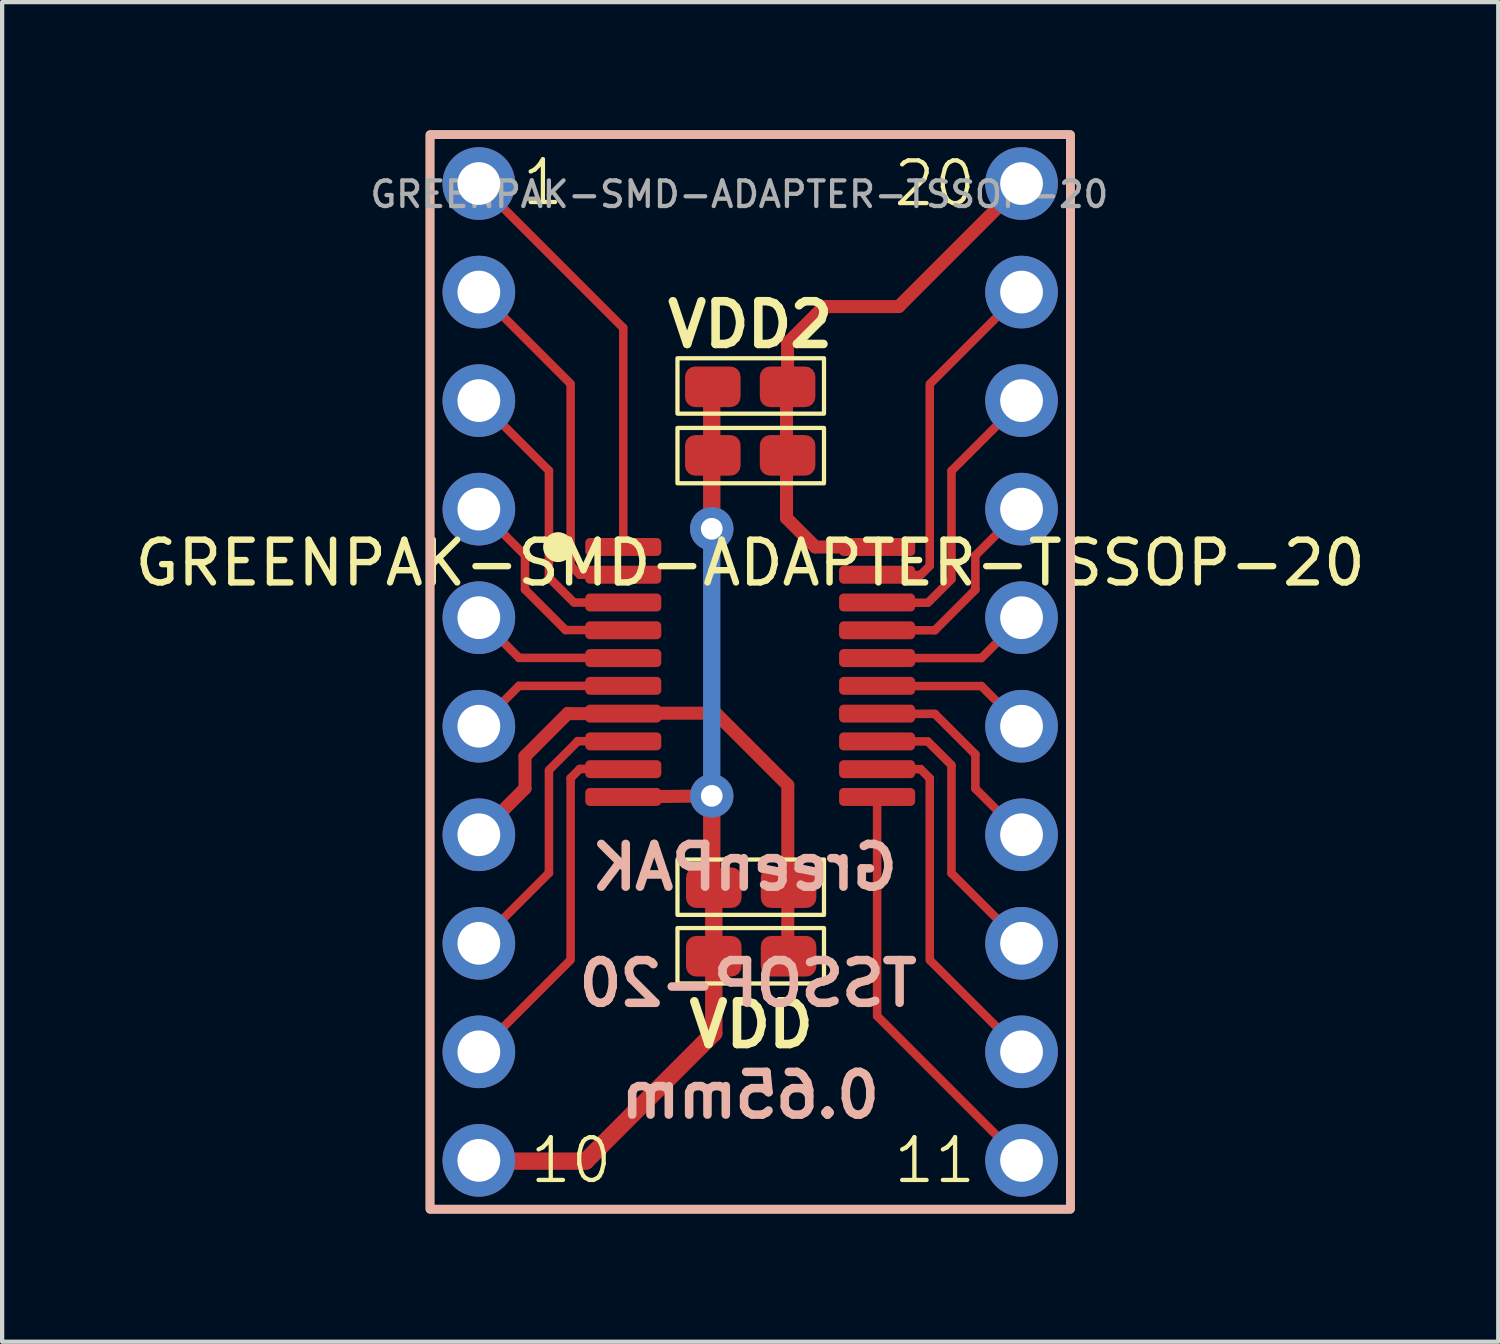
<source format=kicad_pcb>
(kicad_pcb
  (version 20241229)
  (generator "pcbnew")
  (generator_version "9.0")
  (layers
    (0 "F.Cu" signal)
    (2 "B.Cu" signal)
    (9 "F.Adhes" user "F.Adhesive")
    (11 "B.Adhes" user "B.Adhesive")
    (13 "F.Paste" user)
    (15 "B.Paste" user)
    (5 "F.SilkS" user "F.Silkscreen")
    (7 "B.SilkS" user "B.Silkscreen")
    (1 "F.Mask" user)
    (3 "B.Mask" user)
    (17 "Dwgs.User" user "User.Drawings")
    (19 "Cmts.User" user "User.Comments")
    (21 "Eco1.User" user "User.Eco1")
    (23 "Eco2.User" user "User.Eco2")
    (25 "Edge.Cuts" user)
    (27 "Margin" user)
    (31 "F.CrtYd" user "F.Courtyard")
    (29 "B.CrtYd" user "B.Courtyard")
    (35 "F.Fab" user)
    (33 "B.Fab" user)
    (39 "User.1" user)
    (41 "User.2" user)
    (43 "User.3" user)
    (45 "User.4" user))
  (footprint "GREENPAK-SMD-ADAPTER-TSSOP-20"
    (layer "F.Cu")
    (at 14.506 12.675)
    (property "Reference" "GREENPAK-SMD-ADAPTER-TSSOP-20" (at 0 -2.55 0) (layer "F.SilkS") (effects (font (size 1 1) (thickness 0.15))))
    (attr smd)
    (fp_line (start -6.35 -11.43) (end -2.972 -8.052) (stroke (width 0.2) (type default)) (layer "F.Cu"))
    (fp_line (start -6.35 -8.89) (end -4.216 -6.756) (stroke (width 0.2) (type default)) (layer "F.Cu"))
    (fp_line (start -6.35 -6.35) (end -4.71 -4.71) (stroke (width 0.2) (type default)) (layer "F.Cu"))
    (fp_line (start -6.35 -3.81) (end -5.27 -2.73) (stroke (width 0.2) (type default)) (layer "F.Cu"))
    (fp_line (start -6.35 -1.27) (end -5.41 -0.33) (stroke (width 0.2) (type default)) (layer "F.Cu"))
    (fp_line (start -6.35 1.265) (end -5.41 0.325) (stroke (width 0.2) (type default)) (layer "F.Cu"))
    (fp_line (start -6.35 3.805) (end -5.27 2.725) (stroke (width 0.305) (type default)) (layer "F.Cu"))
    (fp_line (start -6.35 6.345) (end -4.71 4.705) (stroke (width 0.2) (type default)) (layer "F.Cu"))
    (fp_line (start -6.35 8.885) (end -4.216 6.751) (stroke (width 0.2) (type default)) (layer "F.Cu"))
    (fp_line (start -5.41 -0.33) (end -2.97 -0.33) (stroke (width 0.2) (type default)) (layer "F.Cu"))
    (fp_line (start -5.41 0.325) (end -2.97 0.325) (stroke (width 0.2) (type default)) (layer "F.Cu"))
    (fp_line (start -5.27 -2.73) (end -5.27 -1.93) (stroke (width 0.2) (type default)) (layer "F.Cu"))
    (fp_line (start -5.27 -1.93) (end -4.322 -0.982) (stroke (width 0.2) (type default)) (layer "F.Cu"))
    (fp_line (start -5.27 1.973) (end -4.267 0.969) (stroke (width 0.305) (type default)) (layer "F.Cu"))
    (fp_line (start -5.27 2.725) (end -5.27 1.973) (stroke (width 0.305) (type default)) (layer "F.Cu"))
    (fp_line (start -4.71 -4.71) (end -4.71 -2.21) (stroke (width 0.2) (type default)) (layer "F.Cu"))
    (fp_line (start -4.71 4.705) (end -4.71 2.311) (stroke (width 0.2) (type default)) (layer "F.Cu"))
    (fp_line (start -4.32 -0.98) (end -2.97 -0.98) (stroke (width 0.2) (type default)) (layer "F.Cu"))
    (fp_line (start -4.267 0.975) (end -2.97 0.975) (stroke (width 0.305) (type default)) (layer "F.Cu"))
    (fp_line (start -4.202 -2.489) (end -4.202 -6.74) (stroke (width 0.2) (type default)) (layer "F.Cu"))
    (fp_line (start -4.202 2.484) (end -4.202 6.735) (stroke (width 0.2) (type default)) (layer "F.Cu"))
    (fp_line (start -4.129 -1.629) (end -4.71 -2.21) (stroke (width 0.2) (type default)) (layer "F.Cu"))
    (fp_line (start -4.032 1.619) (end -4.707 2.294) (stroke (width 0.2) (type default)) (layer "F.Cu"))
    (fp_line (start -3.988 -2.275) (end -4.202 -2.489) (stroke (width 0.2) (type default)) (layer "F.Cu"))
    (fp_line (start -3.988 2.27) (end -4.202 2.484) (stroke (width 0.2) (type default)) (layer "F.Cu"))
    (fp_line (start -3.85 11.448) (end -6.35 11.448) (stroke (width 0.406) (type default)) (layer "F.Cu"))
    (fp_line (start -2.985 0.965) (end -0.813 0.965) (stroke (width 0.305) (type default)) (layer "F.Cu"))
    (fp_line (start -2.97 -2.925) (end -2.97 -8.052) (stroke (width 0.2) (type default)) (layer "F.Cu"))
    (fp_line (start -2.97 -2.275) (end -3.988 -2.275) (stroke (width 0.2) (type default)) (layer "F.Cu"))
    (fp_line (start -2.97 -1.625) (end -4.11 -1.625) (stroke (width 0.2) (type default)) (layer "F.Cu"))
    (fp_line (start -2.97 1.62) (end -4.039 1.62) (stroke (width 0.2) (type default)) (layer "F.Cu"))
    (fp_line (start -2.97 2.27) (end -3.988 2.27) (stroke (width 0.2) (type default)) (layer "F.Cu"))
    (fp_line (start -0.9 -6.8) (end -0.9 -3.35) (stroke (width 0.406) (type default)) (layer "F.Cu"))
    (fp_line (start -0.9 2.9) (end -0.9 4.748) (stroke (width 0.406) (type default)) (layer "F.Cu"))
    (fp_line (start -0.852 6.653) (end -0.852 4.748) (stroke (width 0.406) (type default)) (layer "F.Cu"))
    (fp_line (start -0.852 6.653) (end -0.852 8.45) (stroke (width 0.406) (type default)) (layer "F.Cu"))
    (fp_line (start -0.852 8.45) (end -3.85 11.448) (stroke (width 0.406) (type default)) (layer "F.Cu"))
    (fp_line (start -0.807 0.963) (end 0.88 2.65) (stroke (width 0.305) (type default)) (layer "F.Cu"))
    (fp_line (start -0.8 2.9) (end -2.97 2.925) (stroke (width 0.305) (type default)) (layer "F.Cu"))
    (fp_line (start 0.85 -6.65) (end 0.85 -3.6) (stroke (width 0.305) (type default)) (layer "F.Cu"))
    (fp_line (start 0.85 -3.6) (end 1.525 -2.925) (stroke (width 0.305) (type default)) (layer "F.Cu"))
    (fp_line (start 0.875 -7.7) (end 1.725 -8.55) (stroke (width 0.305) (type default)) (layer "F.Cu"))
    (fp_line (start 0.875 -6.673) (end 0.875 -7.7) (stroke (width 0.305) (type default)) (layer "F.Cu"))
    (fp_line (start 0.88 2.65) (end 0.88 6.653) (stroke (width 0.305) (type default)) (layer "F.Cu"))
    (fp_line (start 1.725 -8.55) (end 3.477 -8.55) (stroke (width 0.305) (type default)) (layer "F.Cu"))
    (fp_line (start 2.97 -2.925) (end 1.524 -2.925) (stroke (width 0.305) (type default)) (layer "F.Cu"))
    (fp_line (start 2.97 -2.27) (end 3.988 -2.27) (stroke (width 0.2) (type default)) (layer "F.Cu"))
    (fp_line (start 2.97 -1.62) (end 4.15 -1.62) (stroke (width 0.2) (type default)) (layer "F.Cu"))
    (fp_line (start 2.97 1.625) (end 4.15 1.625) (stroke (width 0.2) (type default)) (layer "F.Cu"))
    (fp_line (start 2.97 2.275) (end 3.988 2.275) (stroke (width 0.2) (type default)) (layer "F.Cu"))
    (fp_line (start 2.97 2.925) (end 2.97 8.052) (stroke (width 0.2) (type default)) (layer "F.Cu"))
    (fp_line (start 3.988 -2.27) (end 4.202 -2.484) (stroke (width 0.2) (type default)) (layer "F.Cu"))
    (fp_line (start 3.988 2.275) (end 4.202 2.489) (stroke (width 0.2) (type default)) (layer "F.Cu"))
    (fp_line (start 4.156 1.626) (end 4.71 2.18) (stroke (width 0.2) (type default)) (layer "F.Cu"))
    (fp_line (start 4.164 -1.624) (end 4.709 -2.169) (stroke (width 0.2) (type default)) (layer "F.Cu"))
    (fp_line (start 4.202 -2.484) (end 4.202 -6.735) (stroke (width 0.2) (type default)) (layer "F.Cu"))
    (fp_line (start 4.202 2.489) (end 4.202 6.74) (stroke (width 0.2) (type default)) (layer "F.Cu"))
    (fp_line (start 4.32 -0.975) (end 2.97 -0.975) (stroke (width 0.2) (type default)) (layer "F.Cu"))
    (fp_line (start 4.32 0.98) (end 2.97 0.98) (stroke (width 0.2) (type default)) (layer "F.Cu"))
    (fp_line (start 4.71 -4.705) (end 4.71 -2.17) (stroke (width 0.2) (type default)) (layer "F.Cu"))
    (fp_line (start 4.71 4.71) (end 4.71 2.18) (stroke (width 0.2) (type default)) (layer "F.Cu"))
    (fp_line (start 5.27 -2.725) (end 5.27 -1.925) (stroke (width 0.2) (type default)) (layer "F.Cu"))
    (fp_line (start 5.27 -1.925) (end 4.322 -0.977) (stroke (width 0.2) (type default)) (layer "F.Cu"))
    (fp_line (start 5.27 1.93) (end 4.322 0.982) (stroke (width 0.2) (type default)) (layer "F.Cu"))
    (fp_line (start 5.27 2.73) (end 5.27 1.93) (stroke (width 0.2) (type default)) (layer "F.Cu"))
    (fp_line (start 5.41 -0.325) (end 2.97 -0.325) (stroke (width 0.2) (type default)) (layer "F.Cu"))
    (fp_line (start 5.41 0.33) (end 2.97 0.33) (stroke (width 0.2) (type default)) (layer "F.Cu"))
    (fp_line (start 6.35 -11.425) (end 3.477 -8.552) (stroke (width 0.305) (type default)) (layer "F.Cu"))
    (fp_line (start 6.35 -8.885) (end 4.216 -6.751) (stroke (width 0.2) (type default)) (layer "F.Cu"))
    (fp_line (start 6.35 -6.345) (end 4.71 -4.705) (stroke (width 0.2) (type default)) (layer "F.Cu"))
    (fp_line (start 6.35 -3.805) (end 5.27 -2.725) (stroke (width 0.2) (type default)) (layer "F.Cu"))
    (fp_line (start 6.35 -1.265) (end 5.41 -0.325) (stroke (width 0.2) (type default)) (layer "F.Cu"))
    (fp_line (start 6.35 1.27) (end 5.41 0.33) (stroke (width 0.2) (type default)) (layer "F.Cu"))
    (fp_line (start 6.35 3.81) (end 5.27 2.73) (stroke (width 0.2) (type default)) (layer "F.Cu"))
    (fp_line (start 6.35 6.35) (end 4.71 4.71) (stroke (width 0.2) (type default)) (layer "F.Cu"))
    (fp_line (start 6.35 8.89) (end 4.216 6.756) (stroke (width 0.2) (type default)) (layer "F.Cu"))
    (fp_line (start 6.35 11.43) (end 2.972 8.052) (stroke (width 0.2) (type default)) (layer "F.Cu"))
    (fp_line (start -0.9 -3.35) (end -0.9 2.9) (stroke (width 0.406) (type default)) (layer "B.Cu"))
    (fp_rect (start -7.493 -12.573) (end 7.493 12.573) (stroke (width 0.203) (type solid)) (fill no) (layer "F.SilkS"))
    (fp_rect (start -1.702 -7.341) (end 1.727 -6.045) (stroke (width 0.1) (type default)) (fill no) (layer "F.SilkS"))
    (fp_rect (start -1.702 -5.71) (end 1.727 -4.415) (stroke (width 0.1) (type default)) (fill no) (layer "F.SilkS"))
    (fp_rect (start -1.702 4.389) (end 1.727 5.685) (stroke (width 0.1) (type default)) (fill no) (layer "F.SilkS"))
    (fp_rect (start -1.702 5.994) (end 1.727 7.29) (stroke (width 0.1) (type default)) (fill no) (layer "F.SilkS"))
    (fp_circle (center -4.496 -2.921) (end -4.196 -2.921) (stroke (width 0.1) (type solid)) (fill yes) (layer "F.SilkS"))
    (fp_rect (start -7.493 -12.573) (end 7.493 12.573) (stroke (width 0.203) (type solid)) (fill no) (layer "B.SilkS"))
    (fp_text user "1" (at -4.851 -11.455 0) (unlocked yes) (layer "F.SilkS") (effects (font (size 1 1) (thickness 0.1))))
    (fp_text user "VDD" (at 0.025 8.255 0) (unlocked yes) (layer "F.SilkS") (effects (font (size 1 1) (thickness 0.2) (bold yes))))
    (fp_text user "VDD2" (at 0 -8.128 0) (unlocked yes) (layer "F.SilkS") (effects (font (size 1 1) (thickness 0.2) (bold yes))))
    (fp_text user "20" (at 4.318 -11.43 0) (unlocked yes) (layer "F.SilkS") (effects (font (size 1 1) (thickness 0.1))))
    (fp_text user "10" (at -4.191 11.43 0) (unlocked yes) (layer "F.SilkS") (effects (font (size 1 1) (thickness 0.1))))
    (fp_text user "11" (at 4.318 11.43 0) (unlocked yes) (layer "F.SilkS") (effects (font (size 1 1) (thickness 0.1))))
    (fp_text user "GreenPAK" (at -0.127 4.572 0) (unlocked yes) (layer "B.SilkS") (effects (font (size 1 1) (thickness 0.2) (bold yes)) (justify mirror)))
    (fp_text user "TSSOP-20" (at -0.051 7.29 0) (unlocked yes) (layer "B.SilkS") (effects (font (size 1 1) (thickness 0.2) (bold yes)) (justify mirror)))
    (fp_text user "0.65mm" (at 0 9.906 0) (unlocked yes) (layer "B.SilkS") (effects (font (size 1 1) (thickness 0.2) (bold yes)) (justify mirror)))
    (fp_text user "${REFERENCE}" (at -0.254 -11.176 0) (layer "F.Fab") (effects (font (size 0.6 0.6) (thickness 0.1))))
    (pad "1" thru_hole circle (at -6.35 -11.43) (size 1.7 1.7) (drill 1) (layers "*.Cu" "*.Mask"))
    (pad "1" smd roundrect (at -2.97 -2.925) (size 1.78 0.42) (layers "F.Cu" "F.Mask" "F.Paste") (roundrect_rratio 0.25))
    (pad "2" thru_hole circle (at -6.35 -8.89) (size 1.7 1.7) (drill 1) (layers "*.Cu" "*.Mask"))
    (pad "2" smd roundrect (at -2.97 -2.275) (size 1.78 0.42) (layers "F.Cu" "F.Mask" "F.Paste") (roundrect_rratio 0.25))
    (pad "3" thru_hole circle (at -6.35 -6.35) (size 1.7 1.7) (drill 1) (layers "*.Cu" "*.Mask"))
    (pad "3" smd roundrect (at -2.97 -1.625) (size 1.78 0.42) (layers "F.Cu" "F.Mask" "F.Paste") (roundrect_rratio 0.25))
    (pad "4" thru_hole circle (at -6.35 -3.81) (size 1.7 1.7) (drill 1) (layers "*.Cu" "*.Mask"))
    (pad "4" smd roundrect (at -2.97 -0.975) (size 1.78 0.42) (layers "F.Cu" "F.Mask" "F.Paste") (roundrect_rratio 0.25))
    (pad "5" thru_hole circle (at -6.35 -1.27) (size 1.7 1.7) (drill 1) (layers "*.Cu" "*.Mask"))
    (pad "5" smd roundrect (at -2.97 -0.325) (size 1.78 0.42) (layers "F.Cu" "F.Mask" "F.Paste") (roundrect_rratio 0.25))
    (pad "6" thru_hole circle (at -6.35 1.27) (size 1.7 1.7) (drill 1) (layers "*.Cu" "*.Mask"))
    (pad "6" smd roundrect (at -2.97 0.325) (size 1.78 0.42) (layers "F.Cu" "F.Mask" "F.Paste") (roundrect_rratio 0.25))
    (pad "7" thru_hole circle (at -6.35 3.81) (size 1.7 1.7) (drill 1) (layers "*.Cu" "*.Mask"))
    (pad "7" smd roundrect (at -2.97 0.975) (size 1.78 0.42) (layers "F.Cu" "F.Mask" "F.Paste") (roundrect_rratio 0.25))
    (pad "7" smd roundrect (at 0.898 5.048 180) (size 1.3 0.95) (layers "F.Cu" "F.Mask" "F.Paste") (roundrect_rratio 0.25))
    (pad "7" smd roundrect (at 0.898 6.653 180) (size 1.3 0.95) (layers "F.Cu" "F.Mask" "F.Paste") (roundrect_rratio 0.25))
    (pad "8" thru_hole circle (at -6.35 6.35) (size 1.7 1.7) (drill 1) (layers "*.Cu" "*.Mask"))
    (pad "8" smd roundrect (at -2.97 1.625) (size 1.78 0.42) (layers "F.Cu" "F.Mask" "F.Paste") (roundrect_rratio 0.25))
    (pad "9" thru_hole circle (at -6.35 8.89) (size 1.7 1.7) (drill 1) (layers "*.Cu" "*.Mask"))
    (pad "9" smd roundrect (at -2.97 2.275) (size 1.78 0.42) (layers "F.Cu" "F.Mask" "F.Paste") (roundrect_rratio 0.25))
    (pad "10" thru_hole circle (at -6.35 11.43) (size 1.7 1.7) (drill 1) (layers "*.Cu" "*.Mask"))
    (pad "10" smd roundrect (at -2.97 2.925) (size 1.78 0.42) (layers "F.Cu" "F.Mask" "F.Paste") (roundrect_rratio 0.25))
    (pad "10" thru_hole circle (at -0.9 -3.35) (size 1.016 1.016) (drill 0.508) (layers "*.Cu" "*.Mask"))
    (pad "10" thru_hole circle (at -0.9 2.9) (size 1.016 1.016) (drill 0.508) (layers "*.Cu" "*.Mask"))
    (pad "10" smd roundrect (at -0.875 -6.673) (size 1.3 0.95) (layers "F.Cu" "F.Mask" "F.Paste") (roundrect_rratio 0.25))
    (pad "10" smd roundrect (at -0.875 -5.068) (size 1.3 0.95) (layers "F.Cu" "F.Mask" "F.Paste") (roundrect_rratio 0.25))
    (pad "10" smd roundrect (at -0.852 5.048 180) (size 1.3 0.95) (layers "F.Cu" "F.Mask" "F.Paste") (roundrect_rratio 0.25))
    (pad "10" smd roundrect (at -0.852 6.653 180) (size 1.3 0.95) (layers "F.Cu" "F.Mask" "F.Paste") (roundrect_rratio 0.25))
    (pad "11" smd roundrect (at 2.97 2.925) (size 1.78 0.42) (layers "F.Cu" "F.Mask" "F.Paste") (roundrect_rratio 0.25))
    (pad "11" thru_hole circle (at 6.35 11.43) (size 1.7 1.7) (drill 1) (layers "*.Cu" "*.Mask"))
    (pad "12" smd roundrect (at 2.97 2.275) (size 1.78 0.42) (layers "F.Cu" "F.Mask" "F.Paste") (roundrect_rratio 0.25))
    (pad "12" thru_hole circle (at 6.35 8.89) (size 1.7 1.7) (drill 1) (layers "*.Cu" "*.Mask"))
    (pad "13" smd roundrect (at 2.97 1.625) (size 1.78 0.42) (layers "F.Cu" "F.Mask" "F.Paste") (roundrect_rratio 0.25))
    (pad "13" thru_hole circle (at 6.35 6.35) (size 1.7 1.7) (drill 1) (layers "*.Cu" "*.Mask"))
    (pad "14" smd roundrect (at 2.97 0.975) (size 1.78 0.42) (layers "F.Cu" "F.Mask" "F.Paste") (roundrect_rratio 0.25))
    (pad "14" thru_hole circle (at 6.35 3.81) (size 1.7 1.7) (drill 1) (layers "*.Cu" "*.Mask"))
    (pad "15" smd roundrect (at 2.97 0.325) (size 1.78 0.42) (layers "F.Cu" "F.Mask" "F.Paste") (roundrect_rratio 0.25))
    (pad "15" thru_hole circle (at 6.35 1.27) (size 1.7 1.7) (drill 1) (layers "*.Cu" "*.Mask"))
    (pad "16" smd roundrect (at 2.97 -0.325) (size 1.78 0.42) (layers "F.Cu" "F.Mask" "F.Paste") (roundrect_rratio 0.25))
    (pad "16" thru_hole circle (at 6.35 -1.27) (size 1.7 1.7) (drill 1) (layers "*.Cu" "*.Mask"))
    (pad "17" smd roundrect (at 2.97 -0.975) (size 1.78 0.42) (layers "F.Cu" "F.Mask" "F.Paste") (roundrect_rratio 0.25))
    (pad "17" thru_hole circle (at 6.35 -3.81) (size 1.7 1.7) (drill 1) (layers "*.Cu" "*.Mask"))
    (pad "18" smd roundrect (at 2.97 -1.625) (size 1.78 0.42) (layers "F.Cu" "F.Mask" "F.Paste") (roundrect_rratio 0.25))
    (pad "18" thru_hole circle (at 6.35 -6.35) (size 1.7 1.7) (drill 1) (layers "*.Cu" "*.Mask"))
    (pad "19" smd roundrect (at 2.97 -2.275) (size 1.78 0.42) (layers "F.Cu" "F.Mask" "F.Paste") (roundrect_rratio 0.25))
    (pad "19" thru_hole circle (at 6.35 -8.89) (size 1.7 1.7) (drill 1) (layers "*.Cu" "*.Mask"))
    (pad "20" smd roundrect (at 0.875 -6.673) (size 1.3 0.95) (layers "F.Cu" "F.Mask" "F.Paste") (roundrect_rratio 0.25))
    (pad "20" smd roundrect (at 0.875 -5.068) (size 1.3 0.95) (layers "F.Cu" "F.Mask" "F.Paste") (roundrect_rratio 0.25))
    (pad "20" smd roundrect (at 2.97 -2.925) (size 1.78 0.42) (layers "F.Cu" "F.Mask" "F.Paste") (roundrect_rratio 0.25))
    (pad "20" thru_hole circle (at 6.35 -11.43) (size 1.7 1.7) (drill 1) (layers "*.Cu" "*.Mask")))
  (gr_rect
    (start -3 -3)
    (end 32.012 28.349)
    (stroke (width 0.1) (type default))
    (fill no)
    (layer "Edge.Cuts")))
</source>
